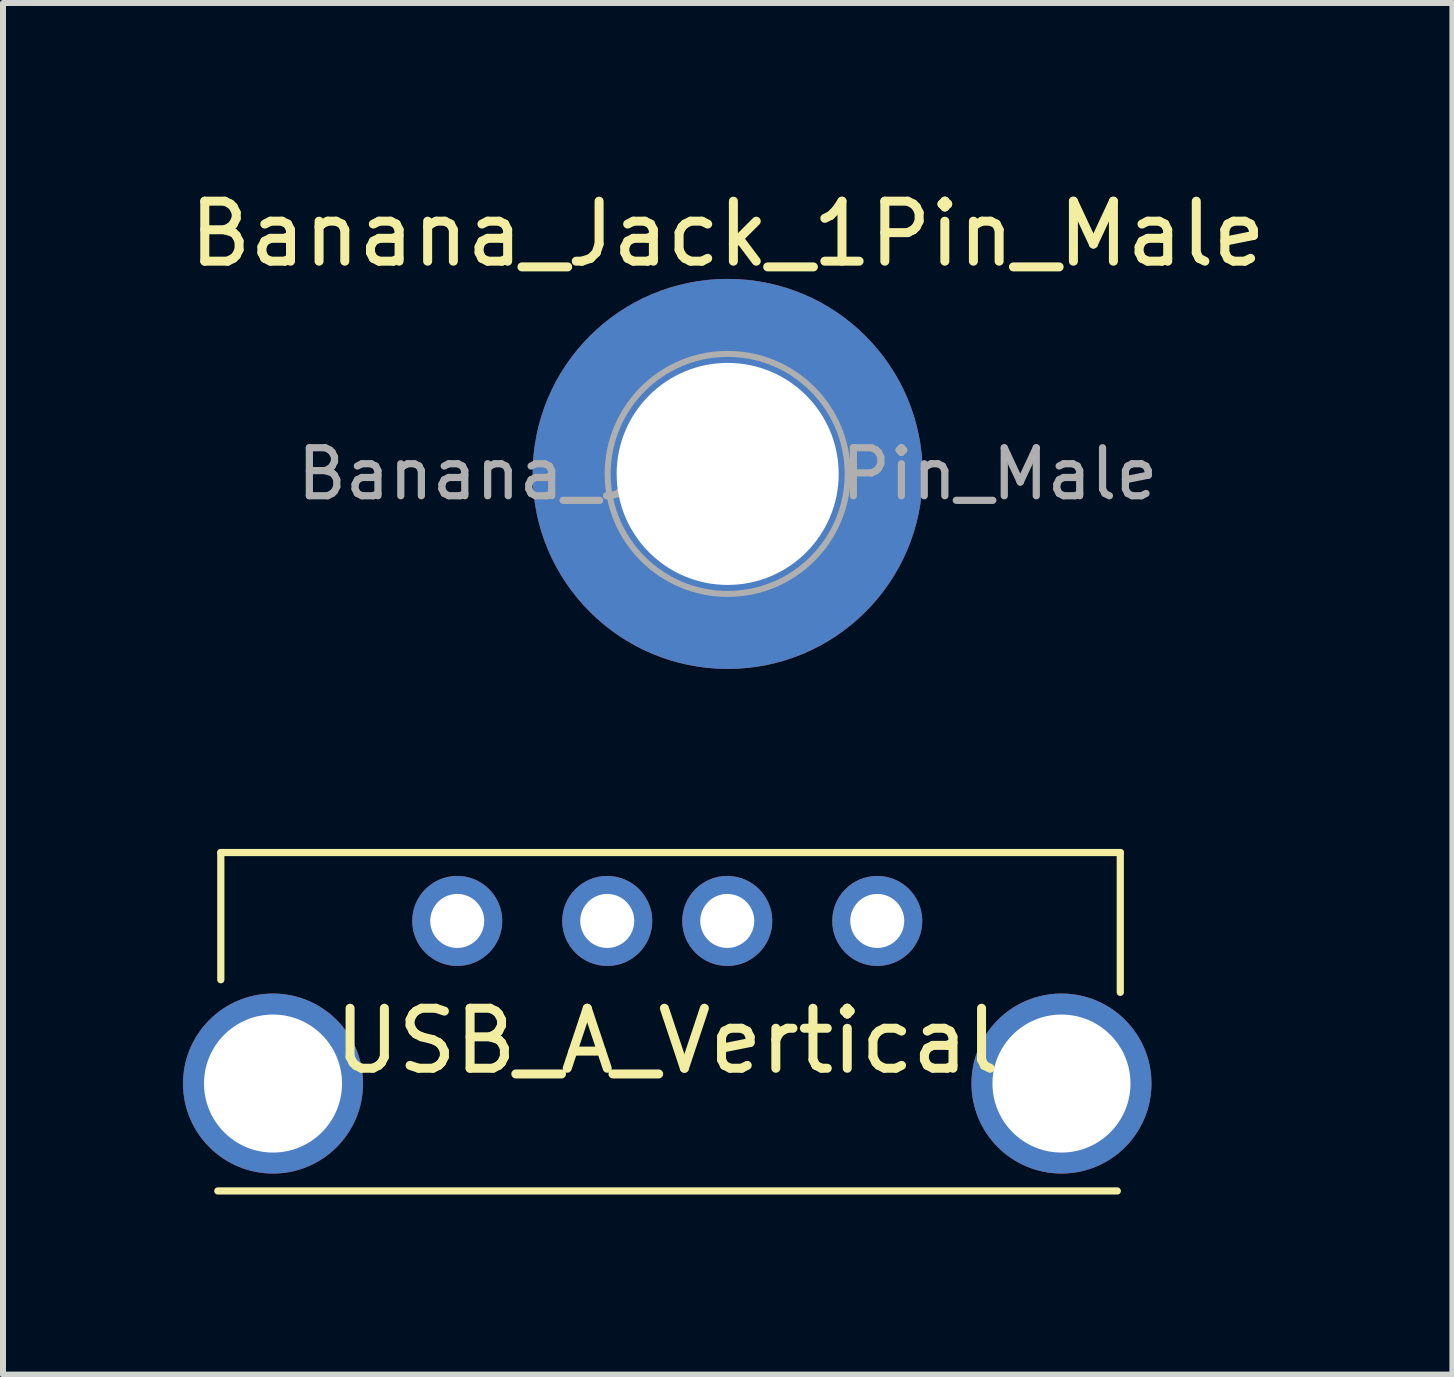
<source format=kicad_pcb>
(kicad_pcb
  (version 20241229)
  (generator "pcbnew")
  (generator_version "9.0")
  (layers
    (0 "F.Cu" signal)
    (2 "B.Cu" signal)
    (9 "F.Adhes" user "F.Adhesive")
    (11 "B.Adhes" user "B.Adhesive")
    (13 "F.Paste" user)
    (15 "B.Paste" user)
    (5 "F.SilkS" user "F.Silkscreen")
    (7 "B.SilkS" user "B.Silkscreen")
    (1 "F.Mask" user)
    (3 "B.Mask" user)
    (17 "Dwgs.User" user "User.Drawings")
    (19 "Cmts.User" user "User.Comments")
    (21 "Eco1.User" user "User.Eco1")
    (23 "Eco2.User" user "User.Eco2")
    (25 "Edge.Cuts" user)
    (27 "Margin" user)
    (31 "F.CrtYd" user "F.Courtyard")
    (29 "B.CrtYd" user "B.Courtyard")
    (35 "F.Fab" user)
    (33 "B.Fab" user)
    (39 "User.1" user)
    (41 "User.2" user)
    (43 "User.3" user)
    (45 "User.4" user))
  (footprint "USB_A_Vertical"
    (layer "F.Cu")
    (at 4.57 12.298)
    (property "Reference" "USB_A_Vertical" (at 3.5 2 0) (layer "F.SilkS") (effects (font (size 1 1) (thickness 0.15))))
    (attr through_hole)
    (fp_line (start -3.94 -1.14) (end -3.94 0.98) (stroke (width 0.12) (type solid)) (layer "F.SilkS"))
    (fp_line (start 11 4.5) (end -3.99 4.5) (stroke (width 0.12) (type solid)) (layer "F.SilkS"))
    (fp_line (start 11.05 -1.14) (end -3.94 -1.14) (stroke (width 0.12) (type solid)) (layer "F.SilkS"))
    (fp_line (start 11.05 -1.14) (end 11.05 1.19) (stroke (width 0.12) (type solid)) (layer "F.SilkS"))
    (pad "1" thru_hole circle (at 0 0 270) (size 1.5 1.5) (drill 0.9) (layers "*.Cu" "*.Mask"))
    (pad "2" thru_hole circle (at 2.5 0 270) (size 1.5 1.5) (drill 0.9) (layers "*.Cu" "*.Mask"))
    (pad "3" thru_hole circle (at 4.5 0 270) (size 1.5 1.5) (drill 0.9) (layers "*.Cu" "*.Mask"))
    (pad "4" thru_hole circle (at 7 0 270) (size 1.5 1.5) (drill 0.9) (layers "*.Cu" "*.Mask"))
    (pad "5" thru_hole circle (at -3.07 2.71 270) (size 3 3) (drill 2.3) (layers "*.Cu" "*.Mask"))
    (pad "5" thru_hole circle (at 10.07 2.71 270) (size 3 3) (drill 2.3) (layers "*.Cu" "*.Mask")))
  (footprint "Banana_Jack_1Pin_Male"
    (layer "F.Cu")
    (at 9.077 4.848)
    (property "Reference" "Banana_Jack_1Pin_Male" (at 0 -4 0) (layer "F.SilkS") (effects (font (size 1 1) (thickness 0.15))))
    (attr through_hole)
    (fp_circle (center 0 0) (end 2 0) (stroke (width 0.1) (type solid)) (fill no) (layer "F.Fab"))
    (fp_text user "${REFERENCE}" (at 0 0 0) (layer "F.Fab") (effects (font (size 0.8 0.8) (thickness 0.12))))
    (pad "1" thru_hole circle (at 0 0) (size 6.5 6.5) (drill 3.7) (layers "*.Cu" "*.Mask")))
  (gr_rect
    (start -3 -3)
    (end 21.155 19.858)
    (stroke (width 0.1) (type default))
    (fill no)
    (layer "Edge.Cuts")))
</source>
